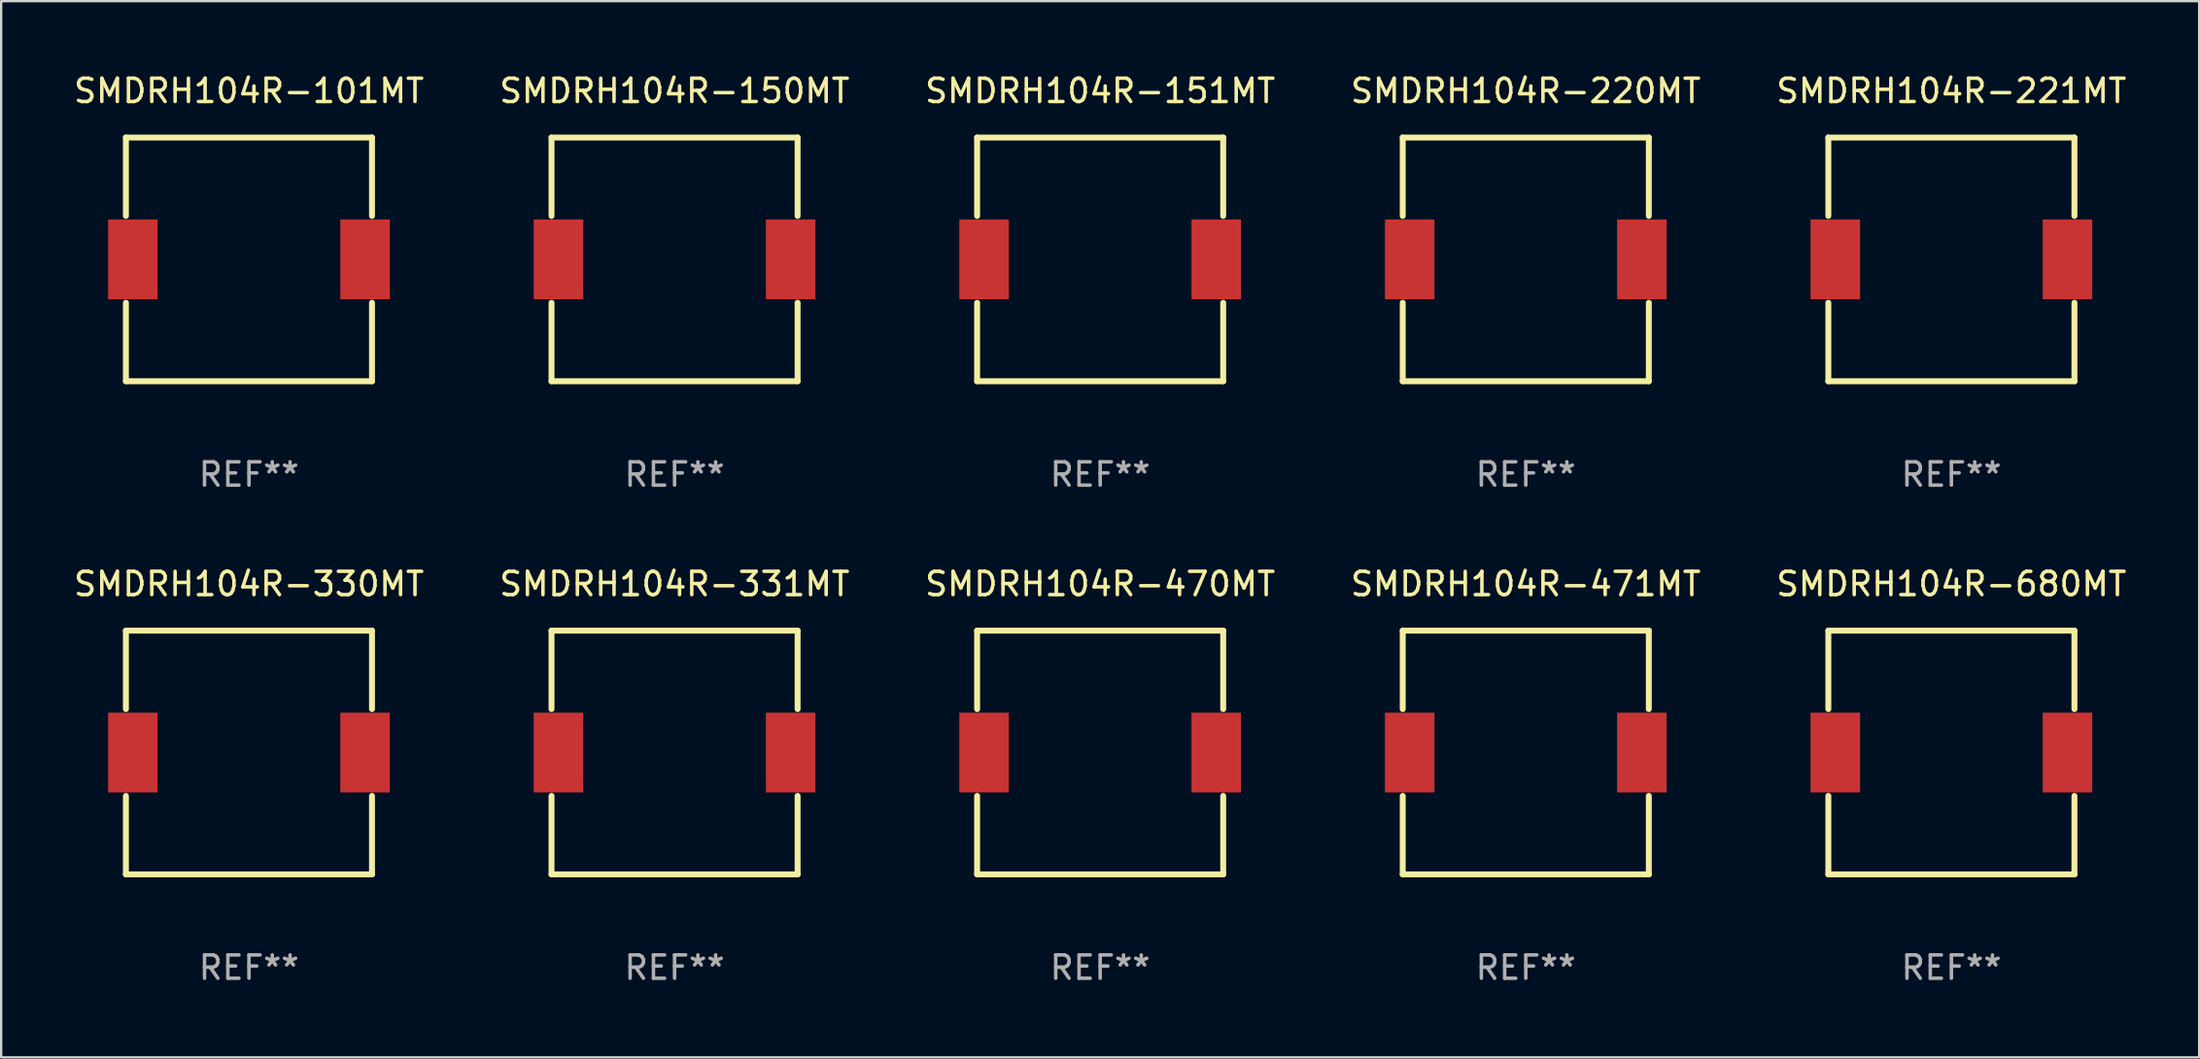
<source format=kicad_pcb>
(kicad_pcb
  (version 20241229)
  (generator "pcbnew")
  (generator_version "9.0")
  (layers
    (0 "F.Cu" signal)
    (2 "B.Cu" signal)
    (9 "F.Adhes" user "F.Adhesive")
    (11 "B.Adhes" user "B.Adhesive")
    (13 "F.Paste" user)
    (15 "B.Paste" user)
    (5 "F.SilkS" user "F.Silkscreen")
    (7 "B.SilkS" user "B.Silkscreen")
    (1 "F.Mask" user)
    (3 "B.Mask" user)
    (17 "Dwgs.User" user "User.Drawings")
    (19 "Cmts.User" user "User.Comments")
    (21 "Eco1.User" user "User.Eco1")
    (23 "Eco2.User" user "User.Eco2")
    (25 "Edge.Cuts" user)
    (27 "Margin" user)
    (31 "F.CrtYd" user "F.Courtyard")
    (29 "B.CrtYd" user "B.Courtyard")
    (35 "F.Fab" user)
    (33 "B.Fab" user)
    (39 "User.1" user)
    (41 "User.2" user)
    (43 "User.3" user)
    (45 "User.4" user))
  (footprint "SMDRH104R-221MT"
    (layer "F.Cu")
    (at 80.625 8.074)
    (property "Reference" "SMDRH104R-221MT" (at 0 -7.226 0) (layer "F.SilkS") (effects (font (size 1 1) (thickness 0.15))))
    (attr through_hole)
    (fp_line (start -5.276 -5.226) (end 5.276 -5.226) (stroke (width 0.254) (type solid)) (layer "F.SilkS"))
    (fp_line (start -5.276 -1.862) (end -5.276 -5.226) (stroke (width 0.254) (type solid)) (layer "F.SilkS"))
    (fp_line (start -5.276 1.862) (end -5.276 5.226) (stroke (width 0.254) (type solid)) (layer "F.SilkS"))
    (fp_line (start -5.276 5.226) (end 5.276 5.226) (stroke (width 0.254) (type solid)) (layer "F.SilkS"))
    (fp_line (start 5.276 -5.226) (end 5.276 -1.862) (stroke (width 0.254) (type solid)) (layer "F.SilkS"))
    (fp_line (start 5.276 5.226) (end 5.276 1.862) (stroke (width 0.254) (type solid)) (layer "F.SilkS"))
    (fp_circle (center 5.2 -5.15) (end 5.23 -5.15) (stroke (width 0.06) (type solid)) (fill no) (layer "F.SilkS"))
    (fp_text user "REF**" (at 0 9.226 0) (layer "F.Fab") (effects (font (size 1 1) (thickness 0.15))))
    (pad "1" smd rect (at 4.978 0) (size 2.124 3.42) (layers "F.Cu" "F.Mask" "F.Paste"))
    (pad "2" smd rect (at -4.978 0) (size 2.124 3.42) (layers "F.Cu" "F.Mask" "F.Paste")))
  (footprint "SMDRH104R-680MT"
    (layer "F.Cu")
    (at 80.625 29.223)
    (property "Reference" "SMDRH104R-680MT" (at 0 -7.226 0) (layer "F.SilkS") (effects (font (size 1 1) (thickness 0.15))))
    (attr through_hole)
    (fp_line (start -5.276 -5.226) (end 5.276 -5.226) (stroke (width 0.254) (type solid)) (layer "F.SilkS"))
    (fp_line (start -5.276 -1.862) (end -5.276 -5.226) (stroke (width 0.254) (type solid)) (layer "F.SilkS"))
    (fp_line (start -5.276 1.862) (end -5.276 5.226) (stroke (width 0.254) (type solid)) (layer "F.SilkS"))
    (fp_line (start -5.276 5.226) (end 5.276 5.226) (stroke (width 0.254) (type solid)) (layer "F.SilkS"))
    (fp_line (start 5.276 -5.226) (end 5.276 -1.862) (stroke (width 0.254) (type solid)) (layer "F.SilkS"))
    (fp_line (start 5.276 5.226) (end 5.276 1.862) (stroke (width 0.254) (type solid)) (layer "F.SilkS"))
    (fp_circle (center 5.2 -5.15) (end 5.23 -5.15) (stroke (width 0.06) (type solid)) (fill no) (layer "F.SilkS"))
    (fp_text user "REF**" (at 0 9.226 0) (layer "F.Fab") (effects (font (size 1 1) (thickness 0.15))))
    (pad "1" smd rect (at 4.978 0) (size 2.124 3.42) (layers "F.Cu" "F.Mask" "F.Paste"))
    (pad "2" smd rect (at -4.978 0) (size 2.124 3.42) (layers "F.Cu" "F.Mask" "F.Paste")))
  (footprint "SMDRH104R-220MT"
    (layer "F.Cu")
    (at 62.375 8.074)
    (property "Reference" "SMDRH104R-220MT" (at 0 -7.226 0) (layer "F.SilkS") (effects (font (size 1 1) (thickness 0.15))))
    (attr through_hole)
    (fp_line (start -5.276 -5.226) (end 5.276 -5.226) (stroke (width 0.254) (type solid)) (layer "F.SilkS"))
    (fp_line (start -5.276 -1.862) (end -5.276 -5.226) (stroke (width 0.254) (type solid)) (layer "F.SilkS"))
    (fp_line (start -5.276 1.862) (end -5.276 5.226) (stroke (width 0.254) (type solid)) (layer "F.SilkS"))
    (fp_line (start -5.276 5.226) (end 5.276 5.226) (stroke (width 0.254) (type solid)) (layer "F.SilkS"))
    (fp_line (start 5.276 -5.226) (end 5.276 -1.862) (stroke (width 0.254) (type solid)) (layer "F.SilkS"))
    (fp_line (start 5.276 5.226) (end 5.276 1.862) (stroke (width 0.254) (type solid)) (layer "F.SilkS"))
    (fp_circle (center 5.2 -5.15) (end 5.23 -5.15) (stroke (width 0.06) (type solid)) (fill no) (layer "F.SilkS"))
    (fp_text user "REF**" (at 0 9.226 0) (layer "F.Fab") (effects (font (size 1 1) (thickness 0.15))))
    (pad "1" smd rect (at 4.978 0) (size 2.124 3.42) (layers "F.Cu" "F.Mask" "F.Paste"))
    (pad "2" smd rect (at -4.978 0) (size 2.124 3.42) (layers "F.Cu" "F.Mask" "F.Paste")))
  (footprint "SMDRH104R-150MT"
    (layer "F.Cu")
    (at 25.875 8.074)
    (property "Reference" "SMDRH104R-150MT" (at 0 -7.226 0) (layer "F.SilkS") (effects (font (size 1 1) (thickness 0.15))))
    (attr through_hole)
    (fp_line (start -5.276 -5.226) (end 5.276 -5.226) (stroke (width 0.254) (type solid)) (layer "F.SilkS"))
    (fp_line (start -5.276 -1.862) (end -5.276 -5.226) (stroke (width 0.254) (type solid)) (layer "F.SilkS"))
    (fp_line (start -5.276 1.862) (end -5.276 5.226) (stroke (width 0.254) (type solid)) (layer "F.SilkS"))
    (fp_line (start -5.276 5.226) (end 5.276 5.226) (stroke (width 0.254) (type solid)) (layer "F.SilkS"))
    (fp_line (start 5.276 -5.226) (end 5.276 -1.862) (stroke (width 0.254) (type solid)) (layer "F.SilkS"))
    (fp_line (start 5.276 5.226) (end 5.276 1.862) (stroke (width 0.254) (type solid)) (layer "F.SilkS"))
    (fp_circle (center 5.2 -5.15) (end 5.23 -5.15) (stroke (width 0.06) (type solid)) (fill no) (layer "F.SilkS"))
    (fp_text user "REF**" (at 0 9.226 0) (layer "F.Fab") (effects (font (size 1 1) (thickness 0.15))))
    (pad "1" smd rect (at 4.978 0) (size 2.124 3.42) (layers "F.Cu" "F.Mask" "F.Paste"))
    (pad "2" smd rect (at -4.978 0) (size 2.124 3.42) (layers "F.Cu" "F.Mask" "F.Paste")))
  (footprint "SMDRH104R-151MT"
    (layer "F.Cu")
    (at 44.125 8.074)
    (property "Reference" "SMDRH104R-151MT" (at 0 -7.226 0) (layer "F.SilkS") (effects (font (size 1 1) (thickness 0.15))))
    (attr through_hole)
    (fp_line (start -5.276 -5.226) (end 5.276 -5.226) (stroke (width 0.254) (type solid)) (layer "F.SilkS"))
    (fp_line (start -5.276 -1.862) (end -5.276 -5.226) (stroke (width 0.254) (type solid)) (layer "F.SilkS"))
    (fp_line (start -5.276 1.862) (end -5.276 5.226) (stroke (width 0.254) (type solid)) (layer "F.SilkS"))
    (fp_line (start -5.276 5.226) (end 5.276 5.226) (stroke (width 0.254) (type solid)) (layer "F.SilkS"))
    (fp_line (start 5.276 -5.226) (end 5.276 -1.862) (stroke (width 0.254) (type solid)) (layer "F.SilkS"))
    (fp_line (start 5.276 5.226) (end 5.276 1.862) (stroke (width 0.254) (type solid)) (layer "F.SilkS"))
    (fp_circle (center 5.2 -5.15) (end 5.23 -5.15) (stroke (width 0.06) (type solid)) (fill no) (layer "F.SilkS"))
    (fp_text user "REF**" (at 0 9.226 0) (layer "F.Fab") (effects (font (size 1 1) (thickness 0.15))))
    (pad "1" smd rect (at 4.978 0) (size 2.124 3.42) (layers "F.Cu" "F.Mask" "F.Paste"))
    (pad "2" smd rect (at -4.978 0) (size 2.124 3.42) (layers "F.Cu" "F.Mask" "F.Paste")))
  (footprint "SMDRH104R-470MT"
    (layer "F.Cu")
    (at 44.125 29.223)
    (property "Reference" "SMDRH104R-470MT" (at 0 -7.226 0) (layer "F.SilkS") (effects (font (size 1 1) (thickness 0.15))))
    (attr through_hole)
    (fp_line (start -5.276 -5.226) (end 5.276 -5.226) (stroke (width 0.254) (type solid)) (layer "F.SilkS"))
    (fp_line (start -5.276 -1.862) (end -5.276 -5.226) (stroke (width 0.254) (type solid)) (layer "F.SilkS"))
    (fp_line (start -5.276 1.862) (end -5.276 5.226) (stroke (width 0.254) (type solid)) (layer "F.SilkS"))
    (fp_line (start -5.276 5.226) (end 5.276 5.226) (stroke (width 0.254) (type solid)) (layer "F.SilkS"))
    (fp_line (start 5.276 -5.226) (end 5.276 -1.862) (stroke (width 0.254) (type solid)) (layer "F.SilkS"))
    (fp_line (start 5.276 5.226) (end 5.276 1.862) (stroke (width 0.254) (type solid)) (layer "F.SilkS"))
    (fp_circle (center 5.2 -5.15) (end 5.23 -5.15) (stroke (width 0.06) (type solid)) (fill no) (layer "F.SilkS"))
    (fp_text user "REF**" (at 0 9.226 0) (layer "F.Fab") (effects (font (size 1 1) (thickness 0.15))))
    (pad "1" smd rect (at 4.978 0) (size 2.124 3.42) (layers "F.Cu" "F.Mask" "F.Paste"))
    (pad "2" smd rect (at -4.978 0) (size 2.124 3.42) (layers "F.Cu" "F.Mask" "F.Paste")))
  (footprint "SMDRH104R-330MT"
    (layer "F.Cu")
    (at 7.625 29.223)
    (property "Reference" "SMDRH104R-330MT" (at 0 -7.226 0) (layer "F.SilkS") (effects (font (size 1 1) (thickness 0.15))))
    (attr through_hole)
    (fp_line (start -5.276 -5.226) (end 5.276 -5.226) (stroke (width 0.254) (type solid)) (layer "F.SilkS"))
    (fp_line (start -5.276 -1.862) (end -5.276 -5.226) (stroke (width 0.254) (type solid)) (layer "F.SilkS"))
    (fp_line (start -5.276 1.862) (end -5.276 5.226) (stroke (width 0.254) (type solid)) (layer "F.SilkS"))
    (fp_line (start -5.276 5.226) (end 5.276 5.226) (stroke (width 0.254) (type solid)) (layer "F.SilkS"))
    (fp_line (start 5.276 -5.226) (end 5.276 -1.862) (stroke (width 0.254) (type solid)) (layer "F.SilkS"))
    (fp_line (start 5.276 5.226) (end 5.276 1.862) (stroke (width 0.254) (type solid)) (layer "F.SilkS"))
    (fp_circle (center 5.2 -5.15) (end 5.23 -5.15) (stroke (width 0.06) (type solid)) (fill no) (layer "F.SilkS"))
    (fp_text user "REF**" (at 0 9.226 0) (layer "F.Fab") (effects (font (size 1 1) (thickness 0.15))))
    (pad "1" smd rect (at 4.978 0) (size 2.124 3.42) (layers "F.Cu" "F.Mask" "F.Paste"))
    (pad "2" smd rect (at -4.978 0) (size 2.124 3.42) (layers "F.Cu" "F.Mask" "F.Paste")))
  (footprint "SMDRH104R-331MT"
    (layer "F.Cu")
    (at 25.875 29.223)
    (property "Reference" "SMDRH104R-331MT" (at 0 -7.226 0) (layer "F.SilkS") (effects (font (size 1 1) (thickness 0.15))))
    (attr through_hole)
    (fp_line (start -5.276 -5.226) (end 5.276 -5.226) (stroke (width 0.254) (type solid)) (layer "F.SilkS"))
    (fp_line (start -5.276 -1.862) (end -5.276 -5.226) (stroke (width 0.254) (type solid)) (layer "F.SilkS"))
    (fp_line (start -5.276 1.862) (end -5.276 5.226) (stroke (width 0.254) (type solid)) (layer "F.SilkS"))
    (fp_line (start -5.276 5.226) (end 5.276 5.226) (stroke (width 0.254) (type solid)) (layer "F.SilkS"))
    (fp_line (start 5.276 -5.226) (end 5.276 -1.862) (stroke (width 0.254) (type solid)) (layer "F.SilkS"))
    (fp_line (start 5.276 5.226) (end 5.276 1.862) (stroke (width 0.254) (type solid)) (layer "F.SilkS"))
    (fp_circle (center 5.2 -5.15) (end 5.23 -5.15) (stroke (width 0.06) (type solid)) (fill no) (layer "F.SilkS"))
    (fp_text user "REF**" (at 0 9.226 0) (layer "F.Fab") (effects (font (size 1 1) (thickness 0.15))))
    (pad "1" smd rect (at 4.978 0) (size 2.124 3.42) (layers "F.Cu" "F.Mask" "F.Paste"))
    (pad "2" smd rect (at -4.978 0) (size 2.124 3.42) (layers "F.Cu" "F.Mask" "F.Paste")))
  (footprint "SMDRH104R-101MT"
    (layer "F.Cu")
    (at 7.625 8.074)
    (property "Reference" "SMDRH104R-101MT" (at 0 -7.226 0) (layer "F.SilkS") (effects (font (size 1 1) (thickness 0.15))))
    (attr through_hole)
    (fp_line (start -5.276 -5.226) (end 5.276 -5.226) (stroke (width 0.254) (type solid)) (layer "F.SilkS"))
    (fp_line (start -5.276 -1.862) (end -5.276 -5.226) (stroke (width 0.254) (type solid)) (layer "F.SilkS"))
    (fp_line (start -5.276 1.862) (end -5.276 5.226) (stroke (width 0.254) (type solid)) (layer "F.SilkS"))
    (fp_line (start -5.276 5.226) (end 5.276 5.226) (stroke (width 0.254) (type solid)) (layer "F.SilkS"))
    (fp_line (start 5.276 -5.226) (end 5.276 -1.862) (stroke (width 0.254) (type solid)) (layer "F.SilkS"))
    (fp_line (start 5.276 5.226) (end 5.276 1.862) (stroke (width 0.254) (type solid)) (layer "F.SilkS"))
    (fp_circle (center 5.2 -5.15) (end 5.23 -5.15) (stroke (width 0.06) (type solid)) (fill no) (layer "F.SilkS"))
    (fp_text user "REF**" (at 0 9.226 0) (layer "F.Fab") (effects (font (size 1 1) (thickness 0.15))))
    (pad "1" smd rect (at 4.978 0) (size 2.124 3.42) (layers "F.Cu" "F.Mask" "F.Paste"))
    (pad "2" smd rect (at -4.978 0) (size 2.124 3.42) (layers "F.Cu" "F.Mask" "F.Paste")))
  (footprint "SMDRH104R-471MT"
    (layer "F.Cu")
    (at 62.375 29.223)
    (property "Reference" "SMDRH104R-471MT" (at 0 -7.226 0) (layer "F.SilkS") (effects (font (size 1 1) (thickness 0.15))))
    (attr through_hole)
    (fp_line (start -5.276 -5.226) (end 5.276 -5.226) (stroke (width 0.254) (type solid)) (layer "F.SilkS"))
    (fp_line (start -5.276 -1.862) (end -5.276 -5.226) (stroke (width 0.254) (type solid)) (layer "F.SilkS"))
    (fp_line (start -5.276 1.862) (end -5.276 5.226) (stroke (width 0.254) (type solid)) (layer "F.SilkS"))
    (fp_line (start -5.276 5.226) (end 5.276 5.226) (stroke (width 0.254) (type solid)) (layer "F.SilkS"))
    (fp_line (start 5.276 -5.226) (end 5.276 -1.862) (stroke (width 0.254) (type solid)) (layer "F.SilkS"))
    (fp_line (start 5.276 5.226) (end 5.276 1.862) (stroke (width 0.254) (type solid)) (layer "F.SilkS"))
    (fp_circle (center 5.2 -5.15) (end 5.23 -5.15) (stroke (width 0.06) (type solid)) (fill no) (layer "F.SilkS"))
    (fp_text user "REF**" (at 0 9.226 0) (layer "F.Fab") (effects (font (size 1 1) (thickness 0.15))))
    (pad "1" smd rect (at 4.978 0) (size 2.124 3.42) (layers "F.Cu" "F.Mask" "F.Paste"))
    (pad "2" smd rect (at -4.978 0) (size 2.124 3.42) (layers "F.Cu" "F.Mask" "F.Paste")))
  (gr_rect
    (start -3 -3)
    (end 91.25 42.298)
    (stroke (width 0.1) (type default))
    (fill no)
    (layer "Edge.Cuts")))
</source>
